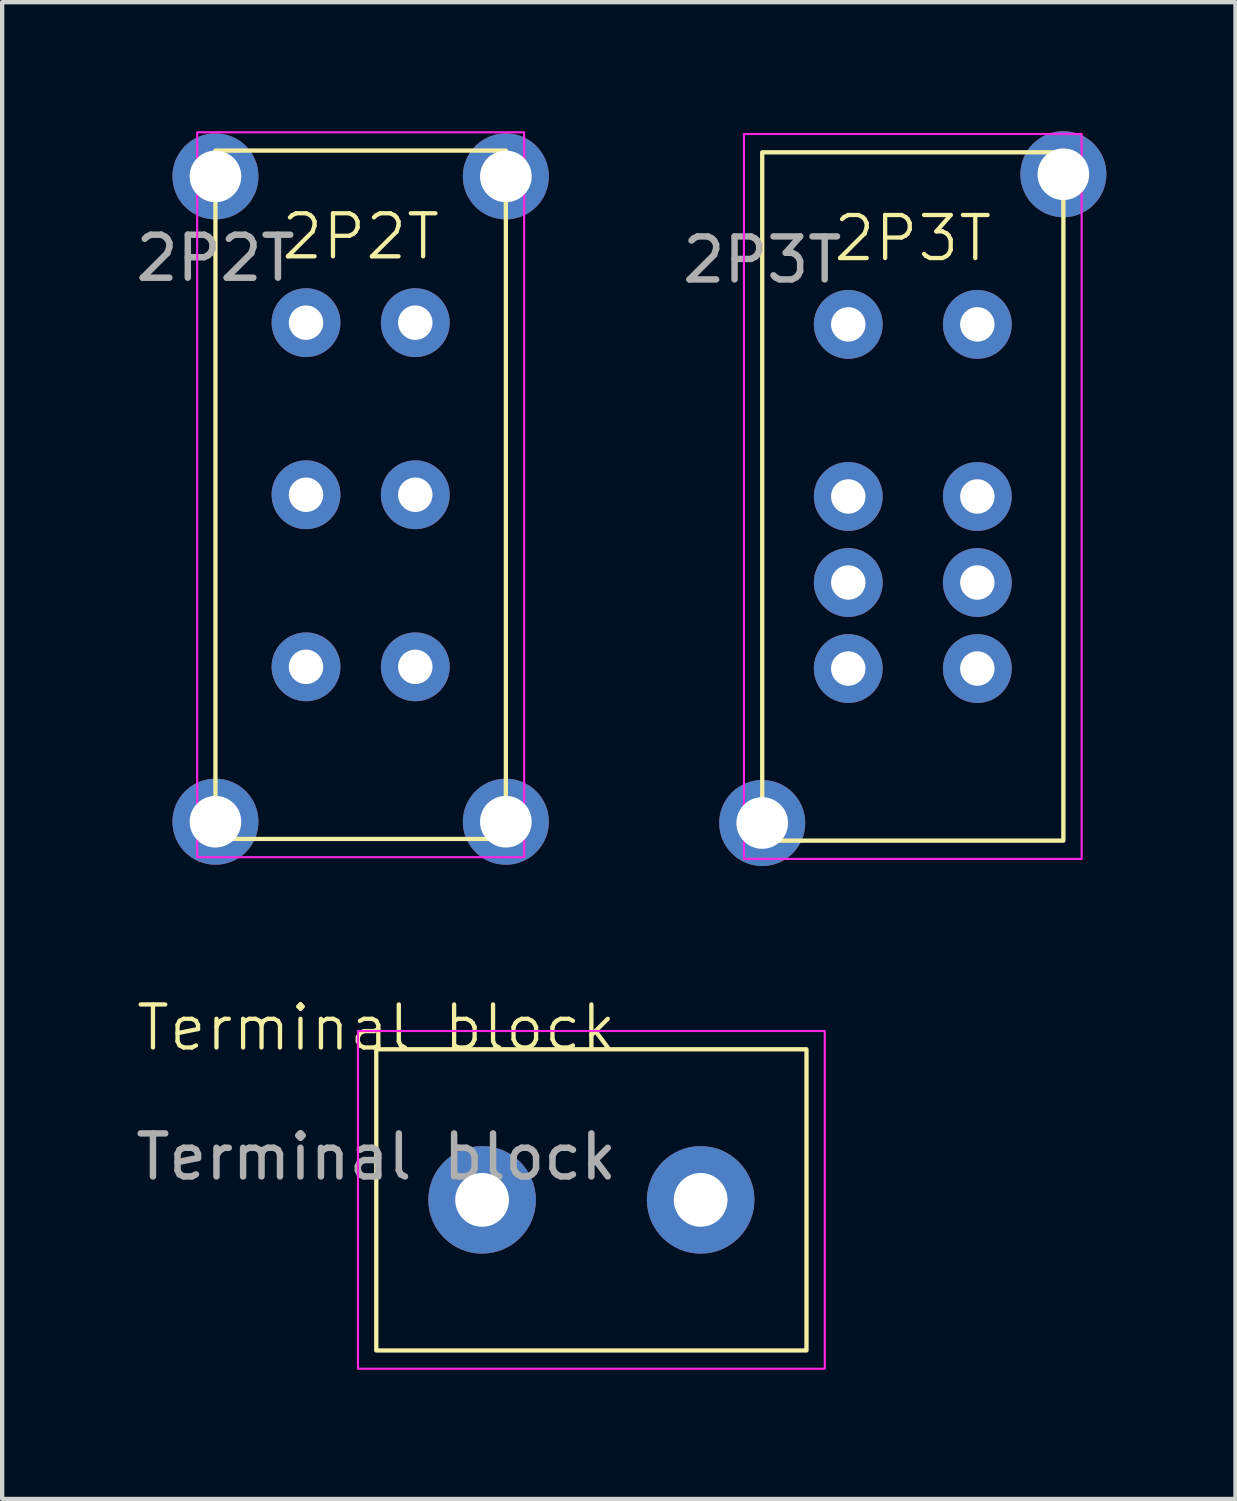
<source format=kicad_pcb>
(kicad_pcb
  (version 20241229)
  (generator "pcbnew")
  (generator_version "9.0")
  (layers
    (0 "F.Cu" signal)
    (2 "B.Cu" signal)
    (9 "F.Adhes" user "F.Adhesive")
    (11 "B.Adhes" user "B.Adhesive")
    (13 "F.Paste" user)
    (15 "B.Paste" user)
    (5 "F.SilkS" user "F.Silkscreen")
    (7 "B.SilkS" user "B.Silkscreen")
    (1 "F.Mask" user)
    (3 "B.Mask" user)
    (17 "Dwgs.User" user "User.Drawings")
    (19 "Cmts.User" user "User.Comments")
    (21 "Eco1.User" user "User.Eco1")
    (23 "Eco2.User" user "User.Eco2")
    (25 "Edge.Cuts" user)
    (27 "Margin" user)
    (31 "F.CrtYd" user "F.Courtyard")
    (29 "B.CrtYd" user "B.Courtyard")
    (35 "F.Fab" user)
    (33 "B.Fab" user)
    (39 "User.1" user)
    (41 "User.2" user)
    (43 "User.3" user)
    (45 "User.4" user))
  (footprint "2P3T"
    (layer "F.Cu")
    (at 14.667 0.49)
    (property "Reference" "2P3T" (at 3.5 2 0) (unlocked yes) (layer "F.SilkS") (effects (font (size 1 1) (thickness 0.1))))
    (attr through_hole)
    (fp_rect (start 0 0) (end 7 16) (stroke (width 0.1) (type default)) (fill no) (layer "F.SilkS"))
    (fp_rect (start -0.425 -0.425) (end 7.425 16.425) (stroke (width 0.05) (type default)) (fill no) (layer "F.CrtYd"))
    (fp_text user "${REFERENCE}" (at 0 2.5 0) (unlocked yes) (layer "F.Fab") (effects (font (size 1 1) (thickness 0.15))))
    (pad "1" thru_hole circle (at 2 4) (size 1.6 1.6) (drill 0.8) (layers "*.Cu" "*.Mask"))
    (pad "2" thru_hole circle (at 2 8) (size 1.6 1.6) (drill 0.8) (layers "*.Cu" "*.Mask"))
    (pad "3" thru_hole circle (at 2 12) (size 1.6 1.6) (drill 0.8) (layers "*.Cu" "*.Mask"))
    (pad "4" thru_hole circle (at 2 10) (size 1.6 1.6) (drill 0.8) (layers "*.Cu" "*.Mask"))
    (pad "5" thru_hole circle (at 5 4) (size 1.6 1.6) (drill 0.8) (layers "*.Cu" "*.Mask"))
    (pad "6" thru_hole circle (at 5 8) (size 1.6 1.6) (drill 0.8) (layers "*.Cu" "*.Mask"))
    (pad "7" thru_hole circle (at 5 12) (size 1.6 1.6) (drill 0.8) (layers "*.Cu" "*.Mask"))
    (pad "8" thru_hole circle (at 5 10) (size 1.6 1.6) (drill 0.8) (layers "*.Cu" "*.Mask"))
    (pad "9" thru_hole circle (at 7 0.51) (size 2 2) (drill 1.2) (layers "*.Cu" "*.Mask"))
    (pad "10" thru_hole circle (at 0 15.59) (size 2 2) (drill 1.2) (layers "*.Cu" "*.Mask")))
  (footprint "Terminal block"
    (layer "F.Cu")
    (at 5.696 21.34)
    (property "Reference" "Terminal block" (at 0 -0.5 0) (unlocked yes) (layer "F.SilkS") (effects (font (size 1 1) (thickness 0.1))))
    (attr through_hole)
    (fp_rect (start 0 0) (end 10 7) (stroke (width 0.1) (type default)) (fill no) (layer "F.SilkS"))
    (fp_rect (start -0.425 -0.425) (end 10.425 7.425) (stroke (width 0.05) (type default)) (fill no) (layer "F.CrtYd"))
    (fp_text user "${REFERENCE}" (at 0 2.5 0) (unlocked yes) (layer "F.Fab") (effects (font (size 1 1) (thickness 0.15))))
    (pad "1" thru_hole circle (at 2.46 3.5) (size 2.5 2.5) (drill 1.25) (layers "*.Cu" "*.Mask"))
    (pad "2" thru_hole circle (at 7.54 3.5) (size 2.5 2.5) (drill 1.25) (layers "*.Cu" "*.Mask")))
  (footprint "2P2T"
    (layer "F.Cu")
    (at 1.958 0.45)
    (property "Reference" "2P2T" (at 3.375 2 0) (unlocked yes) (layer "F.SilkS") (effects (font (size 1 1) (thickness 0.1))))
    (attr through_hole)
    (fp_rect (start 0 0) (end 6.75 16) (stroke (width 0.1) (type default)) (fill no) (layer "F.SilkS"))
    (fp_rect (start -0.425 -0.425) (end 7.175 16.425) (stroke (width 0.05) (type default)) (fill no) (layer "F.CrtYd"))
    (fp_text user "${REFERENCE}" (at 0 2.5 0) (unlocked yes) (layer "F.Fab") (effects (font (size 1 1) (thickness 0.15))))
    (pad "1" thru_hole circle (at 2.105 8) (size 1.6 1.6) (drill 0.8) (layers "*.Cu" "*.Mask"))
    (pad "2" thru_hole circle (at 2.105 4) (size 1.6 1.6) (drill 0.8) (layers "*.Cu" "*.Mask"))
    (pad "3" thru_hole circle (at 2.105 12) (size 1.6 1.6) (drill 0.8) (layers "*.Cu" "*.Mask"))
    (pad "4" thru_hole circle (at 4.645 8) (size 1.6 1.6) (drill 0.8) (layers "*.Cu" "*.Mask"))
    (pad "5" thru_hole circle (at 4.645 4) (size 1.6 1.6) (drill 0.8) (layers "*.Cu" "*.Mask"))
    (pad "6" thru_hole circle (at 4.645 12) (size 1.6 1.6) (drill 0.8) (layers "*.Cu" "*.Mask"))
    (pad "7" thru_hole circle (at 0 0.6) (size 2 2) (drill 1.2) (layers "*.Cu" "*.Mask"))
    (pad "8" thru_hole circle (at 6.75 0.6) (size 2 2) (drill 1.2) (layers "*.Cu" "*.Mask"))
    (pad "9" thru_hole circle (at 0 15.6) (size 2 2) (drill 1.2) (layers "*.Cu" "*.Mask"))
    (pad "10" thru_hole circle (at 6.75 15.6) (size 2 2) (drill 1.2) (layers "*.Cu" "*.Mask")))
  (gr_rect
    (start -3 -3)
    (end 25.667 31.791)
    (stroke (width 0.1) (type default))
    (fill no)
    (layer "Edge.Cuts")))
</source>
